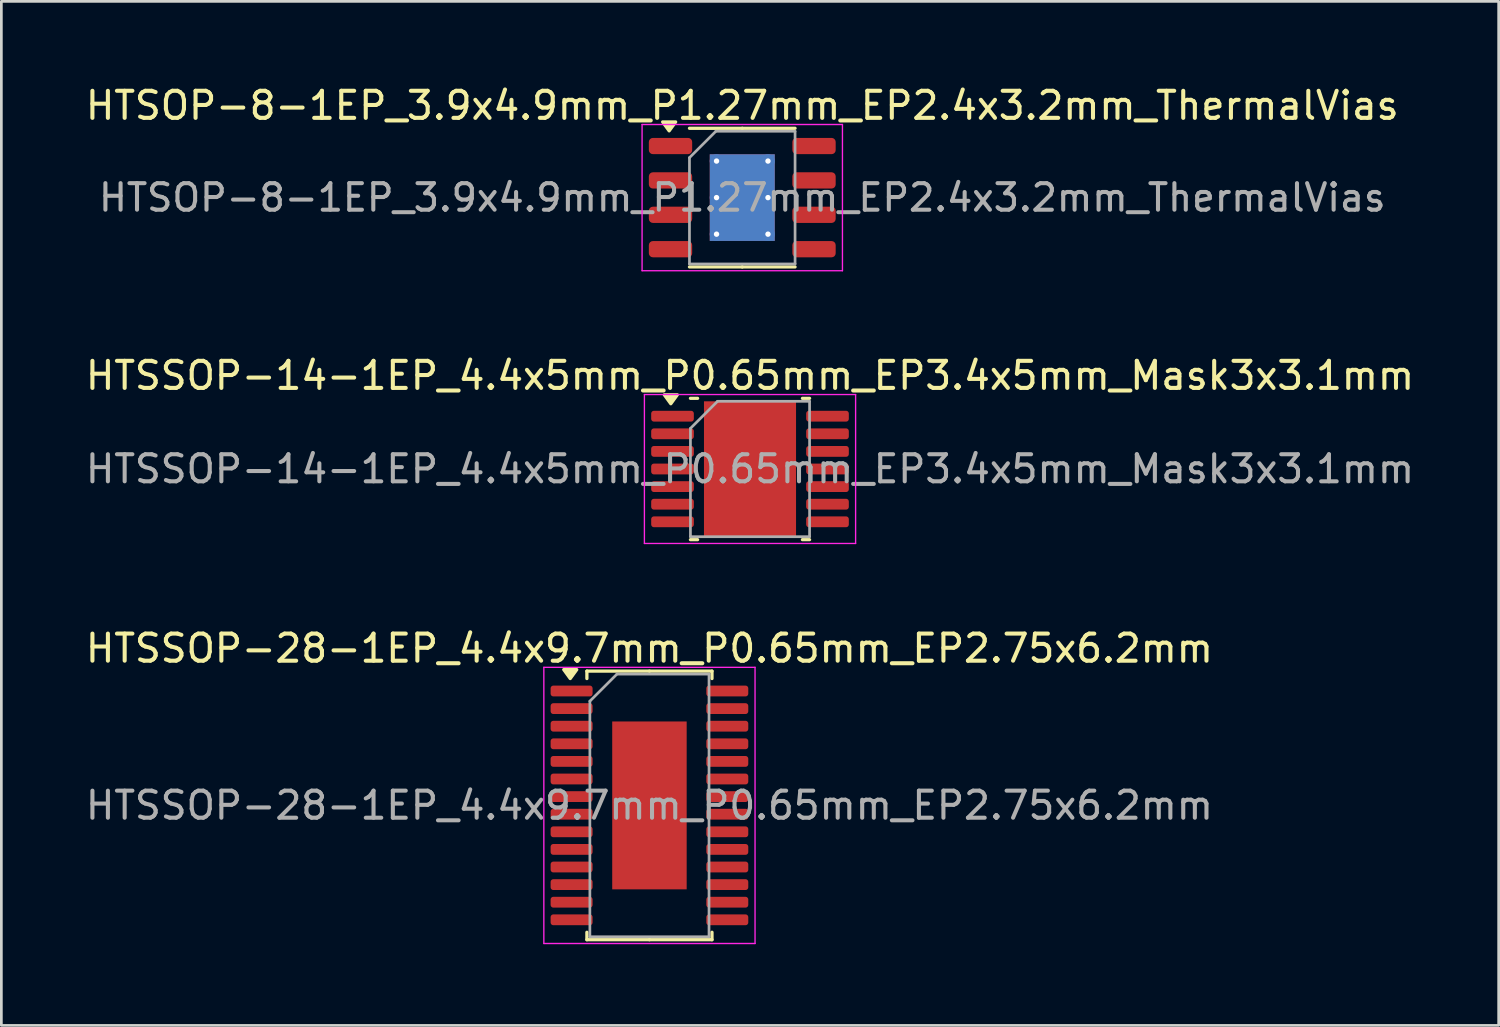
<source format=kicad_pcb>
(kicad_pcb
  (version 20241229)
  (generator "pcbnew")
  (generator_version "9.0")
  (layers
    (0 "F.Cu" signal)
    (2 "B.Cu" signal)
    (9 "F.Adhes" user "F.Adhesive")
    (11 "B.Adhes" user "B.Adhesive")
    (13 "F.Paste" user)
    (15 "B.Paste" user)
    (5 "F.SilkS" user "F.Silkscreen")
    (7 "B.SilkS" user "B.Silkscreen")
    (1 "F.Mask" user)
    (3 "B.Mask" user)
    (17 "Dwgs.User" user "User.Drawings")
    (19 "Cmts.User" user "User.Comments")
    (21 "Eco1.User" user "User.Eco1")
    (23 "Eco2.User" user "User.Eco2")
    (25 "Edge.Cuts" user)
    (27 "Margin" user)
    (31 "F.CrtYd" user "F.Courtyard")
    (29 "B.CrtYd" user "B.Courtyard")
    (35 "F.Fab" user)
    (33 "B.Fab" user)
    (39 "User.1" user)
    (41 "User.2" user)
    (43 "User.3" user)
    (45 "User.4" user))
  (footprint "HTSOP-8-1EP_3.9x4.9mm_P1.27mm_EP2.4x3.2mm_ThermalVias"
    (layer "F.Cu")
    (at 24.363 4.248)
    (property "Reference" "HTSOP-8-1EP_3.9x4.9mm_P1.27mm_EP2.4x3.2mm_ThermalVias" (at 0 -3.4 0) (layer "F.SilkS") (effects (font (size 1 1) (thickness 0.15))))
    (attr smd)
    (fp_line (start 0 -2.56) (end -1.95 -2.56) (stroke (width 0.12) (type solid)) (layer "F.SilkS"))
    (fp_line (start 0 -2.56) (end 1.95 -2.56) (stroke (width 0.12) (type solid)) (layer "F.SilkS"))
    (fp_line (start 0 2.56) (end -1.95 2.56) (stroke (width 0.12) (type solid)) (layer "F.SilkS"))
    (fp_line (start 0 2.56) (end 1.95 2.56) (stroke (width 0.12) (type solid)) (layer "F.SilkS"))
    (fp_poly (pts (xy -2.7 -2.465) (xy -2.94 -2.795) (xy -2.46 -2.795) (xy -2.7 -2.465)) (stroke (width 0.12) (type solid)) (fill yes) (layer "F.SilkS"))
    (fp_line (start -3.7 -2.7) (end -3.7 2.7) (stroke (width 0.05) (type solid)) (layer "F.CrtYd"))
    (fp_line (start -3.7 2.7) (end 3.7 2.7) (stroke (width 0.05) (type solid)) (layer "F.CrtYd"))
    (fp_line (start 3.7 -2.7) (end -3.7 -2.7) (stroke (width 0.05) (type solid)) (layer "F.CrtYd"))
    (fp_line (start 3.7 2.7) (end 3.7 -2.7) (stroke (width 0.05) (type solid)) (layer "F.CrtYd"))
    (fp_line (start -1.95 -1.475) (end -0.975 -2.45) (stroke (width 0.1) (type solid)) (layer "F.Fab"))
    (fp_line (start -1.95 2.45) (end -1.95 -1.475) (stroke (width 0.1) (type solid)) (layer "F.Fab"))
    (fp_line (start -0.975 -2.45) (end 1.95 -2.45) (stroke (width 0.1) (type solid)) (layer "F.Fab"))
    (fp_line (start 1.95 -2.45) (end 1.95 2.45) (stroke (width 0.1) (type solid)) (layer "F.Fab"))
    (fp_line (start 1.95 2.45) (end -1.95 2.45) (stroke (width 0.1) (type solid)) (layer "F.Fab"))
    (fp_text user "${REFERENCE}" (at 0 0 0) (layer "F.Fab") (effects (font (size 0.98 0.98) (thickness 0.15))))
    (pad "" smd roundrect (at -0.6 -0.8) (size 0.97 1.29) (layers "F.Paste") (roundrect_rratio 0.25))
    (pad "" smd roundrect (at -0.6 0.8) (size 0.97 1.29) (layers "F.Paste") (roundrect_rratio 0.25))
    (pad "" smd roundrect (at 0.6 -0.8) (size 0.97 1.29) (layers "F.Paste") (roundrect_rratio 0.25))
    (pad "" smd roundrect (at 0.6 0.8) (size 0.97 1.29) (layers "F.Paste") (roundrect_rratio 0.25))
    (pad "1" smd roundrect (at -2.65 -1.905) (size 1.6 0.6) (layers "F.Cu" "F.Mask" "F.Paste") (roundrect_rratio 0.25))
    (pad "2" smd roundrect (at -2.65 -0.635) (size 1.6 0.6) (layers "F.Cu" "F.Mask" "F.Paste") (roundrect_rratio 0.25))
    (pad "3" smd roundrect (at -2.65 0.635) (size 1.6 0.6) (layers "F.Cu" "F.Mask" "F.Paste") (roundrect_rratio 0.25))
    (pad "4" smd roundrect (at -2.65 1.905) (size 1.6 0.6) (layers "F.Cu" "F.Mask" "F.Paste") (roundrect_rratio 0.25))
    (pad "5" smd roundrect (at 2.65 1.905) (size 1.6 0.6) (layers "F.Cu" "F.Mask" "F.Paste") (roundrect_rratio 0.25))
    (pad "6" smd roundrect (at 2.65 0.635) (size 1.6 0.6) (layers "F.Cu" "F.Mask" "F.Paste") (roundrect_rratio 0.25))
    (pad "7" smd roundrect (at 2.65 -0.635) (size 1.6 0.6) (layers "F.Cu" "F.Mask" "F.Paste") (roundrect_rratio 0.25))
    (pad "8" smd roundrect (at 2.65 -1.905) (size 1.6 0.6) (layers "F.Cu" "F.Mask" "F.Paste") (roundrect_rratio 0.25))
    (pad "9" thru_hole circle (at -0.95 -1.35) (size 0.5 0.5) (drill 0.2) (property pad_prop_heatsink) (layers "*.Cu"))
    (pad "9" thru_hole circle (at -0.95 0) (size 0.5 0.5) (drill 0.2) (property pad_prop_heatsink) (layers "*.Cu"))
    (pad "9" thru_hole circle (at -0.95 1.35) (size 0.5 0.5) (drill 0.2) (property pad_prop_heatsink) (layers "*.Cu"))
    (pad "9" smd rect (at 0 0) (size 2.4 3.2) (property pad_prop_heatsink) (layers "F.Cu" "F.Mask"))
    (pad "9" smd rect (at 0 0) (size 2.4 3.2) (property pad_prop_heatsink) (layers "B.Cu"))
    (pad "9" thru_hole circle (at 0.95 -1.35) (size 0.5 0.5) (drill 0.2) (property pad_prop_heatsink) (layers "*.Cu"))
    (pad "9" thru_hole circle (at 0.95 0) (size 0.5 0.5) (drill 0.2) (property pad_prop_heatsink) (layers "*.Cu"))
    (pad "9" thru_hole circle (at 0.95 1.35) (size 0.5 0.5) (drill 0.2) (property pad_prop_heatsink) (layers "*.Cu")))
  (footprint "HTSSOP-28-1EP_4.4x9.7mm_P0.65mm_EP2.75x6.2mm"
    (layer "F.Cu")
    (at 20.935 26.695)
    (property "Reference" "HTSSOP-28-1EP_4.4x9.7mm_P0.65mm_EP2.75x6.2mm" (at 0 -5.8 0) (layer "F.SilkS") (effects (font (size 1 1) (thickness 0.15))))
    (attr smd)
    (fp_line (start -2.31 -4.96) (end -2.31 -4.685) (stroke (width 0.12) (type solid)) (layer "F.SilkS"))
    (fp_line (start -2.31 4.96) (end -2.31 4.685) (stroke (width 0.12) (type solid)) (layer "F.SilkS"))
    (fp_line (start 0 -4.96) (end -2.31 -4.96) (stroke (width 0.12) (type solid)) (layer "F.SilkS"))
    (fp_line (start 0 -4.96) (end 2.31 -4.96) (stroke (width 0.12) (type solid)) (layer "F.SilkS"))
    (fp_line (start 0 4.96) (end -2.31 4.96) (stroke (width 0.12) (type solid)) (layer "F.SilkS"))
    (fp_line (start 0 4.96) (end 2.31 4.96) (stroke (width 0.12) (type solid)) (layer "F.SilkS"))
    (fp_line (start 2.31 -4.96) (end 2.31 -4.685) (stroke (width 0.12) (type solid)) (layer "F.SilkS"))
    (fp_line (start 2.31 4.96) (end 2.31 4.685) (stroke (width 0.12) (type solid)) (layer "F.SilkS"))
    (fp_poly (pts (xy -2.925 -4.685) (xy -3.165 -5.015) (xy -2.685 -5.015) (xy -2.925 -4.685)) (stroke (width 0.12) (type solid)) (fill yes) (layer "F.SilkS"))
    (fp_line (start -3.9 -5.1) (end -3.9 5.1) (stroke (width 0.05) (type solid)) (layer "F.CrtYd"))
    (fp_line (start -3.9 5.1) (end 3.9 5.1) (stroke (width 0.05) (type solid)) (layer "F.CrtYd"))
    (fp_line (start 3.9 -5.1) (end -3.9 -5.1) (stroke (width 0.05) (type solid)) (layer "F.CrtYd"))
    (fp_line (start 3.9 5.1) (end 3.9 -5.1) (stroke (width 0.05) (type solid)) (layer "F.CrtYd"))
    (fp_line (start -2.2 -3.85) (end -1.2 -4.85) (stroke (width 0.1) (type solid)) (layer "F.Fab"))
    (fp_line (start -2.2 4.85) (end -2.2 -3.85) (stroke (width 0.1) (type solid)) (layer "F.Fab"))
    (fp_line (start -1.2 -4.85) (end 2.2 -4.85) (stroke (width 0.1) (type solid)) (layer "F.Fab"))
    (fp_line (start 2.2 -4.85) (end 2.2 4.85) (stroke (width 0.1) (type solid)) (layer "F.Fab"))
    (fp_line (start 2.2 4.85) (end -2.2 4.85) (stroke (width 0.1) (type solid)) (layer "F.Fab"))
    (fp_text user "${REFERENCE}" (at 0 0 0) (layer "F.Fab") (effects (font (size 1 1) (thickness 0.15))))
    (pad "" smd roundrect (at 0 0) (size 2.22 5) (layers "F.Paste") (roundrect_rratio 0.113))
    (pad "1" smd roundrect (at -2.875 -4.225) (size 1.55 0.4) (layers "F.Cu" "F.Mask" "F.Paste") (roundrect_rratio 0.25))
    (pad "2" smd roundrect (at -2.875 -3.575) (size 1.55 0.4) (layers "F.Cu" "F.Mask" "F.Paste") (roundrect_rratio 0.25))
    (pad "3" smd roundrect (at -2.875 -2.925) (size 1.55 0.4) (layers "F.Cu" "F.Mask" "F.Paste") (roundrect_rratio 0.25))
    (pad "4" smd roundrect (at -2.875 -2.275) (size 1.55 0.4) (layers "F.Cu" "F.Mask" "F.Paste") (roundrect_rratio 0.25))
    (pad "5" smd roundrect (at -2.875 -1.625) (size 1.55 0.4) (layers "F.Cu" "F.Mask" "F.Paste") (roundrect_rratio 0.25))
    (pad "6" smd roundrect (at -2.875 -0.975) (size 1.55 0.4) (layers "F.Cu" "F.Mask" "F.Paste") (roundrect_rratio 0.25))
    (pad "7" smd roundrect (at -2.875 -0.325) (size 1.55 0.4) (layers "F.Cu" "F.Mask" "F.Paste") (roundrect_rratio 0.25))
    (pad "8" smd roundrect (at -2.875 0.325) (size 1.55 0.4) (layers "F.Cu" "F.Mask" "F.Paste") (roundrect_rratio 0.25))
    (pad "9" smd roundrect (at -2.875 0.975) (size 1.55 0.4) (layers "F.Cu" "F.Mask" "F.Paste") (roundrect_rratio 0.25))
    (pad "10" smd roundrect (at -2.875 1.625) (size 1.55 0.4) (layers "F.Cu" "F.Mask" "F.Paste") (roundrect_rratio 0.25))
    (pad "11" smd roundrect (at -2.875 2.275) (size 1.55 0.4) (layers "F.Cu" "F.Mask" "F.Paste") (roundrect_rratio 0.25))
    (pad "12" smd roundrect (at -2.875 2.925) (size 1.55 0.4) (layers "F.Cu" "F.Mask" "F.Paste") (roundrect_rratio 0.25))
    (pad "13" smd roundrect (at -2.875 3.575) (size 1.55 0.4) (layers "F.Cu" "F.Mask" "F.Paste") (roundrect_rratio 0.25))
    (pad "14" smd roundrect (at -2.875 4.225) (size 1.55 0.4) (layers "F.Cu" "F.Mask" "F.Paste") (roundrect_rratio 0.25))
    (pad "15" smd roundrect (at 2.875 4.225) (size 1.55 0.4) (layers "F.Cu" "F.Mask" "F.Paste") (roundrect_rratio 0.25))
    (pad "16" smd roundrect (at 2.875 3.575) (size 1.55 0.4) (layers "F.Cu" "F.Mask" "F.Paste") (roundrect_rratio 0.25))
    (pad "17" smd roundrect (at 2.875 2.925) (size 1.55 0.4) (layers "F.Cu" "F.Mask" "F.Paste") (roundrect_rratio 0.25))
    (pad "18" smd roundrect (at 2.875 2.275) (size 1.55 0.4) (layers "F.Cu" "F.Mask" "F.Paste") (roundrect_rratio 0.25))
    (pad "19" smd roundrect (at 2.875 1.625) (size 1.55 0.4) (layers "F.Cu" "F.Mask" "F.Paste") (roundrect_rratio 0.25))
    (pad "20" smd roundrect (at 2.875 0.975) (size 1.55 0.4) (layers "F.Cu" "F.Mask" "F.Paste") (roundrect_rratio 0.25))
    (pad "21" smd roundrect (at 2.875 0.325) (size 1.55 0.4) (layers "F.Cu" "F.Mask" "F.Paste") (roundrect_rratio 0.25))
    (pad "22" smd roundrect (at 2.875 -0.325) (size 1.55 0.4) (layers "F.Cu" "F.Mask" "F.Paste") (roundrect_rratio 0.25))
    (pad "23" smd roundrect (at 2.875 -0.975) (size 1.55 0.4) (layers "F.Cu" "F.Mask" "F.Paste") (roundrect_rratio 0.25))
    (pad "24" smd roundrect (at 2.875 -1.625) (size 1.55 0.4) (layers "F.Cu" "F.Mask" "F.Paste") (roundrect_rratio 0.25))
    (pad "25" smd roundrect (at 2.875 -2.275) (size 1.55 0.4) (layers "F.Cu" "F.Mask" "F.Paste") (roundrect_rratio 0.25))
    (pad "26" smd roundrect (at 2.875 -2.925) (size 1.55 0.4) (layers "F.Cu" "F.Mask" "F.Paste") (roundrect_rratio 0.25))
    (pad "27" smd roundrect (at 2.875 -3.575) (size 1.55 0.4) (layers "F.Cu" "F.Mask" "F.Paste") (roundrect_rratio 0.25))
    (pad "28" smd roundrect (at 2.875 -4.225) (size 1.55 0.4) (layers "F.Cu" "F.Mask" "F.Paste") (roundrect_rratio 0.25))
    (pad "29" smd rect (at 0 0) (size 2.75 6.2) (property pad_prop_heatsink) (layers "F.Cu" "F.Mask")))
  (footprint "HTSSOP-14-1EP_4.4x5mm_P0.65mm_EP3.4x5mm_Mask3x3.1mm"
    (layer "F.Cu")
    (at 24.649 14.271)
    (property "Reference" "HTSSOP-14-1EP_4.4x5mm_P0.65mm_EP3.4x5mm_Mask3x3.1mm" (at 0 -3.45 0) (layer "F.SilkS") (effects (font (size 1 1) (thickness 0.15))))
    (attr smd)
    (fp_line (start -1.936 -2.61) (end -2.2 -2.61) (stroke (width 0.12) (type solid)) (layer "F.SilkS"))
    (fp_line (start -1.936 2.61) (end -2.2 2.61) (stroke (width 0.12) (type solid)) (layer "F.SilkS"))
    (fp_line (start 1.936 -2.61) (end 2.2 -2.61) (stroke (width 0.12) (type solid)) (layer "F.SilkS"))
    (fp_line (start 1.936 2.61) (end 2.2 2.61) (stroke (width 0.12) (type solid)) (layer "F.SilkS"))
    (fp_poly (pts (xy -2.925 -2.41) (xy -3.165 -2.74) (xy -2.685 -2.74) (xy -2.925 -2.41)) (stroke (width 0.12) (type solid)) (fill yes) (layer "F.SilkS"))
    (fp_line (start -3.9 -2.75) (end -3.9 2.75) (stroke (width 0.05) (type solid)) (layer "F.CrtYd"))
    (fp_line (start -3.9 2.75) (end 3.9 2.75) (stroke (width 0.05) (type solid)) (layer "F.CrtYd"))
    (fp_line (start 3.9 -2.75) (end -3.9 -2.75) (stroke (width 0.05) (type solid)) (layer "F.CrtYd"))
    (fp_line (start 3.9 2.75) (end 3.9 -2.75) (stroke (width 0.05) (type solid)) (layer "F.CrtYd"))
    (fp_line (start -2.2 -1.5) (end -1.2 -2.5) (stroke (width 0.1) (type solid)) (layer "F.Fab"))
    (fp_line (start -2.2 2.5) (end -2.2 -1.5) (stroke (width 0.1) (type solid)) (layer "F.Fab"))
    (fp_line (start -1.2 -2.5) (end 2.2 -2.5) (stroke (width 0.1) (type solid)) (layer "F.Fab"))
    (fp_line (start 2.2 -2.5) (end 2.2 2.5) (stroke (width 0.1) (type solid)) (layer "F.Fab"))
    (fp_line (start 2.2 2.5) (end -2.2 2.5) (stroke (width 0.1) (type solid)) (layer "F.Fab"))
    (fp_text user "${REFERENCE}" (at 0 0 0) (layer "F.Fab") (effects (font (size 1 1) (thickness 0.15))))
    (pad "" smd roundrect (at -0.75 -0.775) (size 1.21 1.25) (layers "F.Paste") (roundrect_rratio 0.207))
    (pad "" smd roundrect (at -0.75 0.775) (size 1.21 1.25) (layers "F.Paste") (roundrect_rratio 0.207))
    (pad "" smd rect (at 0 0) (size 3 3.1) (layers "F.Mask"))
    (pad "" smd roundrect (at 0.75 -0.775) (size 1.21 1.25) (layers "F.Paste") (roundrect_rratio 0.207))
    (pad "" smd roundrect (at 0.75 0.775) (size 1.21 1.25) (layers "F.Paste") (roundrect_rratio 0.207))
    (pad "1" smd roundrect (at -2.862 -1.95) (size 1.575 0.4) (layers "F.Cu" "F.Mask" "F.Paste") (roundrect_rratio 0.25))
    (pad "2" smd roundrect (at -2.862 -1.3) (size 1.575 0.4) (layers "F.Cu" "F.Mask" "F.Paste") (roundrect_rratio 0.25))
    (pad "3" smd roundrect (at -2.862 -0.65) (size 1.575 0.4) (layers "F.Cu" "F.Mask" "F.Paste") (roundrect_rratio 0.25))
    (pad "4" smd roundrect (at -2.862 0) (size 1.575 0.4) (layers "F.Cu" "F.Mask" "F.Paste") (roundrect_rratio 0.25))
    (pad "5" smd roundrect (at -2.862 0.65) (size 1.575 0.4) (layers "F.Cu" "F.Mask" "F.Paste") (roundrect_rratio 0.25))
    (pad "6" smd roundrect (at -2.862 1.3) (size 1.575 0.4) (layers "F.Cu" "F.Mask" "F.Paste") (roundrect_rratio 0.25))
    (pad "7" smd roundrect (at -2.862 1.95) (size 1.575 0.4) (layers "F.Cu" "F.Mask" "F.Paste") (roundrect_rratio 0.25))
    (pad "8" smd roundrect (at 2.862 1.95) (size 1.575 0.4) (layers "F.Cu" "F.Mask" "F.Paste") (roundrect_rratio 0.25))
    (pad "9" smd roundrect (at 2.862 1.3) (size 1.575 0.4) (layers "F.Cu" "F.Mask" "F.Paste") (roundrect_rratio 0.25))
    (pad "10" smd roundrect (at 2.862 0.65) (size 1.575 0.4) (layers "F.Cu" "F.Mask" "F.Paste") (roundrect_rratio 0.25))
    (pad "11" smd roundrect (at 2.862 0) (size 1.575 0.4) (layers "F.Cu" "F.Mask" "F.Paste") (roundrect_rratio 0.25))
    (pad "12" smd roundrect (at 2.862 -0.65) (size 1.575 0.4) (layers "F.Cu" "F.Mask" "F.Paste") (roundrect_rratio 0.25))
    (pad "13" smd roundrect (at 2.862 -1.3) (size 1.575 0.4) (layers "F.Cu" "F.Mask" "F.Paste") (roundrect_rratio 0.25))
    (pad "14" smd roundrect (at 2.862 -1.95) (size 1.575 0.4) (layers "F.Cu" "F.Mask" "F.Paste") (roundrect_rratio 0.25))
    (pad "15" smd rect (at 0 0) (size 3.4 5) (property pad_prop_heatsink) (layers "F.Cu")))
  (gr_rect
    (start -3 -3)
    (end 52.298 34.82)
    (stroke (width 0.1) (type default))
    (fill no)
    (layer "Edge.Cuts")))
</source>
